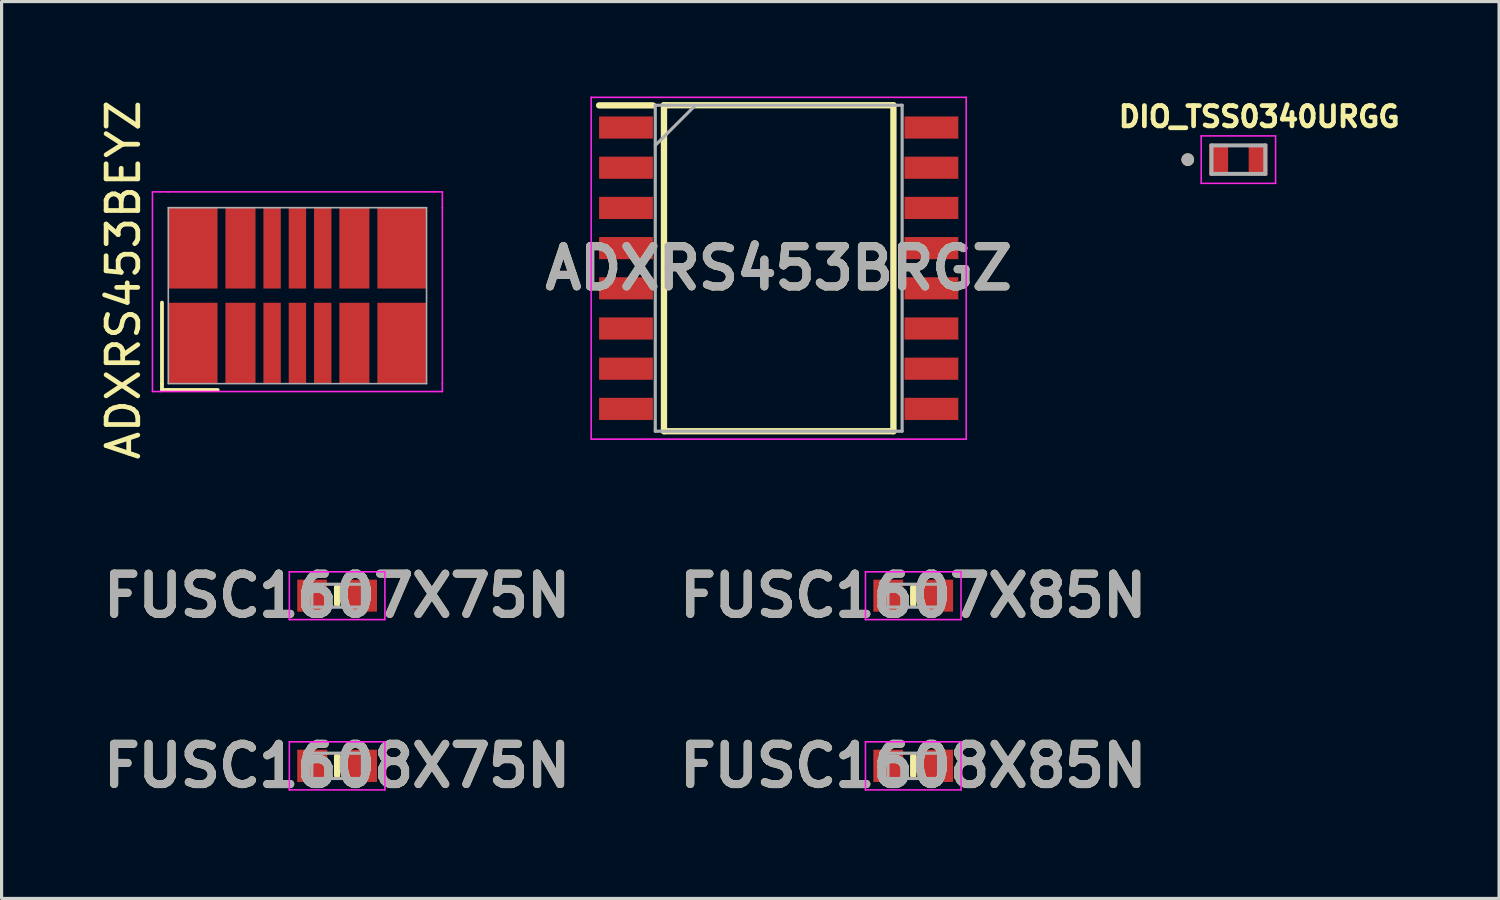
<source format=kicad_pcb>
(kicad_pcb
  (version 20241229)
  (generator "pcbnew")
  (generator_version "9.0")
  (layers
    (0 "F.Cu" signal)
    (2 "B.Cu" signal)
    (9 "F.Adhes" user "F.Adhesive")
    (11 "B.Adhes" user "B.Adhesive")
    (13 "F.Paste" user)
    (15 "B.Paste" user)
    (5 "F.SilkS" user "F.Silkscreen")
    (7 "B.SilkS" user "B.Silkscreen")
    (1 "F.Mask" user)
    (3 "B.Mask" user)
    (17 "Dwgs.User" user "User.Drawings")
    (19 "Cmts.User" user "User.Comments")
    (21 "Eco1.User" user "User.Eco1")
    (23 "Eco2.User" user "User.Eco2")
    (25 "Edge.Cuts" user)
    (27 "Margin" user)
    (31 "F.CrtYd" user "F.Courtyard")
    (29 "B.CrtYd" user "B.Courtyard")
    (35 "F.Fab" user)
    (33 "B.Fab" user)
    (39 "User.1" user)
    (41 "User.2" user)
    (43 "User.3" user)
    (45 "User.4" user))
  (footprint "FUSC1608X75N"
    (layer "F.Cu")
    (at 7.602 21.149)
    (property "Reference" "FUSC1608X75N" (at 0 0 0) (layer "F.SilkS") (effects (font (size 1.27 1.27) (thickness 0.254))))
    (attr smd)
    (fp_line (start 0 -0.3) (end 0 0.3) (stroke (width 0.2) (type solid)) (layer "F.SilkS"))
    (fp_line (start -1.51 -0.76) (end 1.51 -0.76) (stroke (width 0.05) (type solid)) (layer "F.CrtYd"))
    (fp_line (start -1.51 0.76) (end -1.51 -0.76) (stroke (width 0.05) (type solid)) (layer "F.CrtYd"))
    (fp_line (start 1.51 -0.76) (end 1.51 0.76) (stroke (width 0.05) (type solid)) (layer "F.CrtYd"))
    (fp_line (start 1.51 0.76) (end -1.51 0.76) (stroke (width 0.05) (type solid)) (layer "F.CrtYd"))
    (fp_line (start -0.8 -0.4) (end 0.8 -0.4) (stroke (width 0.1) (type solid)) (layer "F.Fab"))
    (fp_line (start -0.8 0.4) (end -0.8 -0.4) (stroke (width 0.1) (type solid)) (layer "F.Fab"))
    (fp_line (start 0.8 -0.4) (end 0.8 0.4) (stroke (width 0.1) (type solid)) (layer "F.Fab"))
    (fp_line (start 0.8 0.4) (end -0.8 0.4) (stroke (width 0.1) (type solid)) (layer "F.Fab"))
    (fp_text user "${REFERENCE}" (at 0 0 0) (layer "F.Fab") (effects (font (size 1.27 1.27) (thickness 0.254))))
    (pad "1" smd rect (at -0.785 0) (size 0.95 1.02) (layers "F.Cu" "F.Mask" "F.Paste"))
    (pad "2" smd rect (at 0.785 0) (size 0.95 1.02) (layers "F.Cu" "F.Mask" "F.Paste")))
  (footprint "FUSC1607X75N"
    (layer "F.Cu")
    (at 7.602 15.772)
    (property "Reference" "FUSC1607X75N" (at 0 0 0) (layer "F.SilkS") (effects (font (size 1.27 1.27) (thickness 0.254))))
    (attr smd)
    (fp_line (start 0 -0.262) (end 0 0.262) (stroke (width 0.2) (type solid)) (layer "F.SilkS"))
    (fp_line (start -1.51 -0.755) (end 1.51 -0.755) (stroke (width 0.05) (type solid)) (layer "F.CrtYd"))
    (fp_line (start -1.51 0.755) (end -1.51 -0.755) (stroke (width 0.05) (type solid)) (layer "F.CrtYd"))
    (fp_line (start 1.51 -0.755) (end 1.51 0.755) (stroke (width 0.05) (type solid)) (layer "F.CrtYd"))
    (fp_line (start 1.51 0.755) (end -1.51 0.755) (stroke (width 0.05) (type solid)) (layer "F.CrtYd"))
    (fp_line (start -0.8 -0.362) (end 0.8 -0.362) (stroke (width 0.1) (type solid)) (layer "F.Fab"))
    (fp_line (start -0.8 0.362) (end -0.8 -0.362) (stroke (width 0.1) (type solid)) (layer "F.Fab"))
    (fp_line (start 0.8 -0.362) (end 0.8 0.362) (stroke (width 0.1) (type solid)) (layer "F.Fab"))
    (fp_line (start 0.8 0.362) (end -0.8 0.362) (stroke (width 0.1) (type solid)) (layer "F.Fab"))
    (fp_text user "${REFERENCE}" (at 0 0 0) (layer "F.Fab") (effects (font (size 1.27 1.27) (thickness 0.254))))
    (pad "1" smd rect (at -0.79 0) (size 0.94 1.01) (layers "F.Cu" "F.Mask" "F.Paste"))
    (pad "2" smd rect (at 0.79 0) (size 0.94 1.01) (layers "F.Cu" "F.Mask" "F.Paste")))
  (footprint "ADXRS453BEYZ"
    (layer "F.Cu")
    (at 6.348 6.292)
    (property "Reference" "ADXRS453BEYZ" (at -5.5 -0.5 90) (layer "F.SilkS") (effects (font (size 1 1) (thickness 0.15))))
    (attr through_hole)
    (fp_line (start -4.28 0.22) (end -4.28 2.78) (stroke (width 0.12) (type solid)) (layer "F.SilkS"))
    (fp_line (start -4.28 2.98) (end -4.28 2.78) (stroke (width 0.12) (type solid)) (layer "F.SilkS"))
    (fp_line (start -4.08 2.98) (end -4.28 2.98) (stroke (width 0.12) (type solid)) (layer "F.SilkS"))
    (fp_line (start -4.08 2.98) (end -2.52 2.98) (stroke (width 0.12) (type solid)) (layer "F.SilkS"))
    (fp_line (start -4.58 -3.28) (end -4.58 -3.03) (stroke (width 0.05) (type solid)) (layer "F.CrtYd"))
    (fp_line (start -4.58 3.03) (end -4.58 -3.03) (stroke (width 0.05) (type solid)) (layer "F.CrtYd"))
    (fp_line (start -4.58 3.03) (end -4.33 3.03) (stroke (width 0.05) (type solid)) (layer "F.CrtYd"))
    (fp_line (start -4.33 -3.28) (end -4.58 -3.28) (stroke (width 0.05) (type solid)) (layer "F.CrtYd"))
    (fp_line (start -4.33 -3.28) (end -4.08 -3.28) (stroke (width 0.05) (type solid)) (layer "F.CrtYd"))
    (fp_line (start -4.08 -3.28) (end 4.09 -3.28) (stroke (width 0.05) (type solid)) (layer "F.CrtYd"))
    (fp_line (start 4.33 -3.28) (end 4.09 -3.28) (stroke (width 0.05) (type solid)) (layer "F.CrtYd"))
    (fp_line (start 4.33 3.03) (end -4.33 3.03) (stroke (width 0.05) (type solid)) (layer "F.CrtYd"))
    (fp_line (start 4.58 -3.28) (end 4.33 -3.28) (stroke (width 0.05) (type solid)) (layer "F.CrtYd"))
    (fp_line (start 4.58 -3.03) (end 4.58 -3.28) (stroke (width 0.05) (type solid)) (layer "F.CrtYd"))
    (fp_line (start 4.58 -2.79) (end 4.58 2.78) (stroke (width 0.05) (type solid)) (layer "F.CrtYd"))
    (fp_line (start 4.58 -2.78) (end 4.58 -3.03) (stroke (width 0.05) (type solid)) (layer "F.CrtYd"))
    (fp_line (start 4.58 2.78) (end 4.58 3.03) (stroke (width 0.05) (type solid)) (layer "F.CrtYd"))
    (fp_line (start 4.58 3.03) (end 4.33 3.03) (stroke (width 0.05) (type solid)) (layer "F.CrtYd"))
    (fp_line (start -4.08 -2.78) (end -4.08 2.78) (stroke (width 0.05) (type solid)) (layer "F.Fab"))
    (fp_line (start -4.08 2.78) (end 4.08 2.78) (stroke (width 0.05) (type solid)) (layer "F.Fab"))
    (fp_line (start 4.08 -2.78) (end -4.08 -2.78) (stroke (width 0.05) (type solid)) (layer "F.Fab"))
    (fp_line (start 4.08 2.78) (end 4.08 -2.78) (stroke (width 0.05) (type solid)) (layer "F.Fab"))
    (pad "1" smd rect (at -3.3 1.5) (size 1.55 2.55) (layers "F.Cu" "F.Mask" "F.Paste"))
    (pad "2" smd rect (at -1.8 1.5) (size 0.95 2.55) (layers "F.Cu" "F.Mask" "F.Paste"))
    (pad "3" smd rect (at -0.8 1.5) (size 0.55 2.55) (layers "F.Cu" "F.Mask" "F.Paste"))
    (pad "4" smd rect (at 0 1.5) (size 0.55 2.55) (layers "F.Cu" "F.Mask" "F.Paste"))
    (pad "5" smd rect (at 0.8 1.5) (size 0.55 2.55) (layers "F.Cu" "F.Mask" "F.Paste"))
    (pad "6" smd rect (at 1.8 1.5) (size 0.95 2.55) (layers "F.Cu" "F.Mask" "F.Paste"))
    (pad "7" smd rect (at 3.3 1.5) (size 1.55 2.55) (layers "F.Cu" "F.Mask" "F.Paste"))
    (pad "8" smd rect (at 3.3 -1.5) (size 1.55 2.55) (layers "F.Cu" "F.Mask" "F.Paste"))
    (pad "9" smd rect (at 1.8 -1.5) (size 0.95 2.55) (layers "F.Cu" "F.Mask" "F.Paste"))
    (pad "10" smd rect (at 0.8 -1.5) (size 0.55 2.55) (layers "F.Cu" "F.Mask" "F.Paste"))
    (pad "11" smd rect (at 0 -1.5) (size 0.55 2.55) (layers "F.Cu" "F.Mask" "F.Paste"))
    (pad "12" smd rect (at -0.8 -1.5) (size 0.55 2.55) (layers "F.Cu" "F.Mask" "F.Paste"))
    (pad "13" smd rect (at -1.8 -1.5) (size 0.95 2.55) (layers "F.Cu" "F.Mask" "F.Paste"))
    (pad "14" smd rect (at -3.3 -1.5) (size 1.55 2.55) (layers "F.Cu" "F.Mask" "F.Paste")))
  (footprint "FUSC1608X85N"
    (layer "F.Cu")
    (at 25.806 21.149)
    (property "Reference" "FUSC1608X85N" (at 0 0 0) (layer "F.SilkS") (effects (font (size 1.27 1.27) (thickness 0.254))))
    (attr smd)
    (fp_line (start 0 -0.3) (end 0 0.3) (stroke (width 0.2) (type solid)) (layer "F.SilkS"))
    (fp_line (start -1.51 -0.76) (end 1.51 -0.76) (stroke (width 0.05) (type solid)) (layer "F.CrtYd"))
    (fp_line (start -1.51 0.76) (end -1.51 -0.76) (stroke (width 0.05) (type solid)) (layer "F.CrtYd"))
    (fp_line (start 1.51 -0.76) (end 1.51 0.76) (stroke (width 0.05) (type solid)) (layer "F.CrtYd"))
    (fp_line (start 1.51 0.76) (end -1.51 0.76) (stroke (width 0.05) (type solid)) (layer "F.CrtYd"))
    (fp_line (start -0.8 -0.4) (end 0.8 -0.4) (stroke (width 0.1) (type solid)) (layer "F.Fab"))
    (fp_line (start -0.8 0.4) (end -0.8 -0.4) (stroke (width 0.1) (type solid)) (layer "F.Fab"))
    (fp_line (start 0.8 -0.4) (end 0.8 0.4) (stroke (width 0.1) (type solid)) (layer "F.Fab"))
    (fp_line (start 0.8 0.4) (end -0.8 0.4) (stroke (width 0.1) (type solid)) (layer "F.Fab"))
    (fp_text user "${REFERENCE}" (at 0 0 0) (layer "F.Fab") (effects (font (size 1.27 1.27) (thickness 0.254))))
    (pad "1" smd rect (at -0.79 0) (size 0.94 1.02) (layers "F.Cu" "F.Mask" "F.Paste"))
    (pad "2" smd rect (at 0.79 0) (size 0.94 1.02) (layers "F.Cu" "F.Mask" "F.Paste")))
  (footprint "ADXRS453BRGZ"
    (layer "F.Cu")
    (at 21.555 5.425)
    (property "Reference" "ADXRS453BRGZ" (at 0 0 0) (layer "F.SilkS") (effects (font (size 1.27 1.27) (thickness 0.254))))
    (attr smd)
    (fp_line (start -5.675 -5.145) (end -3.975 -5.145) (stroke (width 0.2) (type solid)) (layer "F.SilkS"))
    (fp_line (start -3.625 -5.15) (end 3.625 -5.15) (stroke (width 0.2) (type solid)) (layer "F.SilkS"))
    (fp_line (start -3.625 5.15) (end -3.625 -5.15) (stroke (width 0.2) (type solid)) (layer "F.SilkS"))
    (fp_line (start 3.625 -5.15) (end 3.625 5.15) (stroke (width 0.2) (type solid)) (layer "F.SilkS"))
    (fp_line (start 3.625 5.15) (end -3.625 5.15) (stroke (width 0.2) (type solid)) (layer "F.SilkS"))
    (fp_line (start -5.925 -5.4) (end 5.925 -5.4) (stroke (width 0.05) (type solid)) (layer "F.CrtYd"))
    (fp_line (start -5.925 5.4) (end -5.925 -5.4) (stroke (width 0.05) (type solid)) (layer "F.CrtYd"))
    (fp_line (start 5.925 -5.4) (end 5.925 5.4) (stroke (width 0.05) (type solid)) (layer "F.CrtYd"))
    (fp_line (start 5.925 5.4) (end -5.925 5.4) (stroke (width 0.05) (type solid)) (layer "F.CrtYd"))
    (fp_line (start -3.9 -5.15) (end 3.9 -5.15) (stroke (width 0.1) (type solid)) (layer "F.Fab"))
    (fp_line (start -3.9 -3.88) (end -2.63 -5.15) (stroke (width 0.1) (type solid)) (layer "F.Fab"))
    (fp_line (start -3.9 5.15) (end -3.9 -5.15) (stroke (width 0.1) (type solid)) (layer "F.Fab"))
    (fp_line (start 3.9 -5.15) (end 3.9 5.15) (stroke (width 0.1) (type solid)) (layer "F.Fab"))
    (fp_line (start 3.9 5.15) (end -3.9 5.15) (stroke (width 0.1) (type solid)) (layer "F.Fab"))
    (fp_text user "${REFERENCE}" (at 0 0 0) (layer "F.Fab") (effects (font (size 1.27 1.27) (thickness 0.254))))
    (pad "1" smd rect (at -4.825 -4.445 90) (size 0.7 1.7) (layers "F.Cu" "F.Mask" "F.Paste"))
    (pad "2" smd rect (at -4.825 -3.175 90) (size 0.7 1.7) (layers "F.Cu" "F.Mask" "F.Paste"))
    (pad "3" smd rect (at -4.825 -1.905 90) (size 0.7 1.7) (layers "F.Cu" "F.Mask" "F.Paste"))
    (pad "4" smd rect (at -4.825 -0.635 90) (size 0.7 1.7) (layers "F.Cu" "F.Mask" "F.Paste"))
    (pad "5" smd rect (at -4.825 0.635 90) (size 0.7 1.7) (layers "F.Cu" "F.Mask" "F.Paste"))
    (pad "6" smd rect (at -4.825 1.905 90) (size 0.7 1.7) (layers "F.Cu" "F.Mask" "F.Paste"))
    (pad "7" smd rect (at -4.825 3.175 90) (size 0.7 1.7) (layers "F.Cu" "F.Mask" "F.Paste"))
    (pad "8" smd rect (at -4.825 4.445 90) (size 0.7 1.7) (layers "F.Cu" "F.Mask" "F.Paste"))
    (pad "9" smd rect (at 4.825 4.445 90) (size 0.7 1.7) (layers "F.Cu" "F.Mask" "F.Paste"))
    (pad "10" smd rect (at 4.825 3.175 90) (size 0.7 1.7) (layers "F.Cu" "F.Mask" "F.Paste"))
    (pad "11" smd rect (at 4.825 1.905 90) (size 0.7 1.7) (layers "F.Cu" "F.Mask" "F.Paste"))
    (pad "12" smd rect (at 4.825 0.635 90) (size 0.7 1.7) (layers "F.Cu" "F.Mask" "F.Paste"))
    (pad "13" smd rect (at 4.825 -0.635 90) (size 0.7 1.7) (layers "F.Cu" "F.Mask" "F.Paste"))
    (pad "14" smd rect (at 4.825 -1.905 90) (size 0.7 1.7) (layers "F.Cu" "F.Mask" "F.Paste"))
    (pad "15" smd rect (at 4.825 -3.175 90) (size 0.7 1.7) (layers "F.Cu" "F.Mask" "F.Paste"))
    (pad "16" smd rect (at 4.825 -4.445 90) (size 0.7 1.7) (layers "F.Cu" "F.Mask" "F.Paste")))
  (footprint "FUSC1607X85N"
    (layer "F.Cu")
    (at 25.806 15.772)
    (property "Reference" "FUSC1607X85N" (at 0 0 0) (layer "F.SilkS") (effects (font (size 1.27 1.27) (thickness 0.254))))
    (attr smd)
    (fp_line (start 0 -0.262) (end 0 0.262) (stroke (width 0.2) (type solid)) (layer "F.SilkS"))
    (fp_line (start -1.51 -0.755) (end 1.51 -0.755) (stroke (width 0.05) (type solid)) (layer "F.CrtYd"))
    (fp_line (start -1.51 0.755) (end -1.51 -0.755) (stroke (width 0.05) (type solid)) (layer "F.CrtYd"))
    (fp_line (start 1.51 -0.755) (end 1.51 0.755) (stroke (width 0.05) (type solid)) (layer "F.CrtYd"))
    (fp_line (start 1.51 0.755) (end -1.51 0.755) (stroke (width 0.05) (type solid)) (layer "F.CrtYd"))
    (fp_line (start -0.8 -0.362) (end 0.8 -0.362) (stroke (width 0.1) (type solid)) (layer "F.Fab"))
    (fp_line (start -0.8 0.362) (end -0.8 -0.362) (stroke (width 0.1) (type solid)) (layer "F.Fab"))
    (fp_line (start 0.8 -0.362) (end 0.8 0.362) (stroke (width 0.1) (type solid)) (layer "F.Fab"))
    (fp_line (start 0.8 0.362) (end -0.8 0.362) (stroke (width 0.1) (type solid)) (layer "F.Fab"))
    (fp_text user "${REFERENCE}" (at 0 0 0) (layer "F.Fab") (effects (font (size 1.27 1.27) (thickness 0.254))))
    (pad "1" smd rect (at -0.79 0) (size 0.94 1.01) (layers "F.Cu" "F.Mask" "F.Paste"))
    (pad "2" smd rect (at 0.79 0) (size 0.94 1.01) (layers "F.Cu" "F.Mask" "F.Paste")))
  (footprint "DIO_TSS0340URGG"
    (layer "F.Cu")
    (at 36.08 1.994)
    (property "Reference" "DIO_TSS0340URGG" (at 0.657 -1.356 0) (layer "F.SilkS") (effects (font (size 0.64 0.64) (thickness 0.15))))
    (attr through_hole)
    (fp_circle (center -1.6 0) (end -1.5 0) (stroke (width 0.2) (type solid)) (fill no) (layer "F.SilkS"))
    (fp_line (start -1.175 -0.75) (end -1.175 0.75) (stroke (width 0.05) (type solid)) (layer "F.CrtYd"))
    (fp_line (start -1.175 0.75) (end 1.175 0.75) (stroke (width 0.05) (type solid)) (layer "F.CrtYd"))
    (fp_line (start 1.175 -0.75) (end -1.175 -0.75) (stroke (width 0.05) (type solid)) (layer "F.CrtYd"))
    (fp_line (start 1.175 0.75) (end 1.175 -0.75) (stroke (width 0.05) (type solid)) (layer "F.CrtYd"))
    (fp_line (start -0.85 -0.45) (end -0.85 0.45) (stroke (width 0.127) (type solid)) (layer "F.Fab"))
    (fp_line (start -0.85 0.45) (end 0.85 0.45) (stroke (width 0.127) (type solid)) (layer "F.Fab"))
    (fp_line (start 0.85 -0.45) (end -0.85 -0.45) (stroke (width 0.127) (type solid)) (layer "F.Fab"))
    (fp_line (start 0.85 0.45) (end 0.85 -0.45) (stroke (width 0.127) (type solid)) (layer "F.Fab"))
    (fp_circle (center -1.6 0) (end -1.5 0) (stroke (width 0.2) (type solid)) (fill no) (layer "F.Fab"))
    (pad "A" smd rect (at 0.625 0) (size 0.6 1) (layers "F.Cu" "F.Mask" "F.Paste"))
    (pad "C" smd rect (at -0.625 0) (size 0.6 1) (layers "F.Cu" "F.Mask" "F.Paste")))
  (gr_rect
    (start -3 -3)
    (end 44.317 25.338)
    (stroke (width 0.1) (type default))
    (fill no)
    (layer "Edge.Cuts")))
</source>
